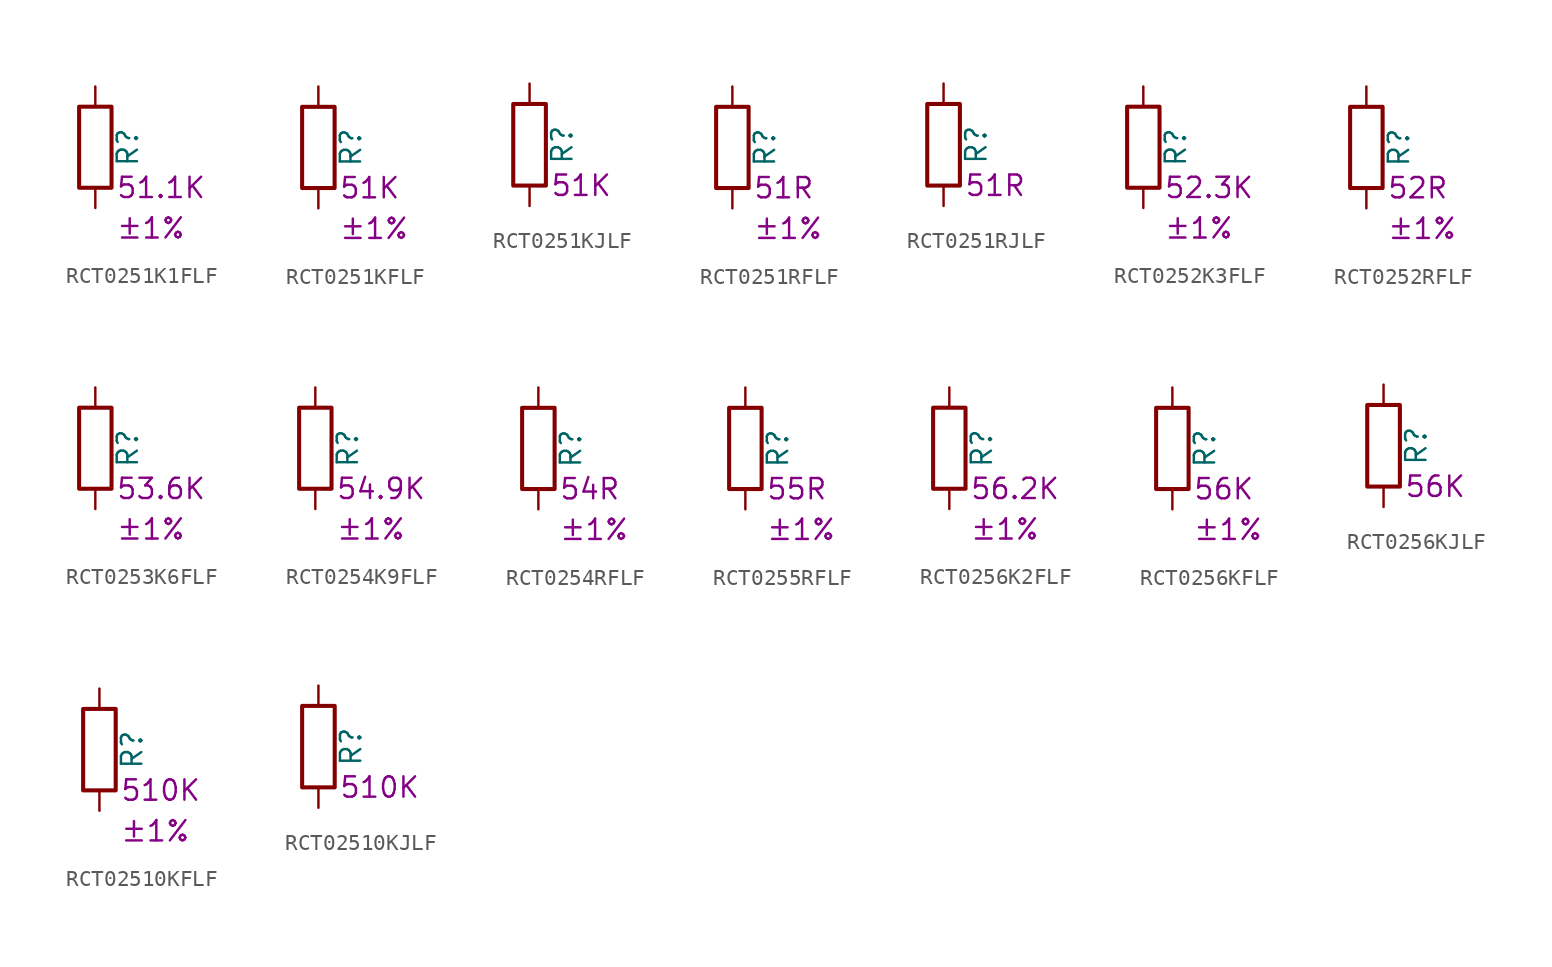
<source format=kicad_sym>
(kicad_symbol_lib
  (version 20220914)
  (generator kicad_symbol_editor)
  (symbol "RCT0251K1FLF"
    (pin_numbers hide)
    (pin_names
      (offset 0))
    (property "Reference" "R"
      (at 2.032 0 90)
      (effects (font (size 1.27 1.27))))
    (property "Resistance" "51.1K"
      (at 1.27 -2.54 0)
      (effects (font (size 1.27 1.27)) (justify left)))
    (property "Tolerance" "±1%"
      (at 1.27 -5.08 0)
      (effects (font (size 1.27 1.27)) (justify left)))
    (symbol "RCT0251K1FLF_0_1"
      (rectangle (start -1.016 -2.54) (end 1.016 2.54) (stroke (width 0.254) (type default)) (fill (type none))))
    (symbol "RCT0251K1FLF_1_1"
      (pin passive line (at 0 3.81 270) (length 1.27) (name "~" (effects (font (size 1.27 1.27)))) (number "1" (effects (font (size 1.27 1.27)))))
      (pin passive line (at 0 -3.81 90) (length 1.27) (name "~" (effects (font (size 1.27 1.27)))) (number "2" (effects (font (size 1.27 1.27)))))))
  (symbol "RCT0251KFLF"
    (pin_numbers hide)
    (pin_names
      (offset 0))
    (property "Reference" "R"
      (at 2.032 0 90)
      (effects (font (size 1.27 1.27))))
    (property "Resistance" "51K"
      (at 1.27 -2.54 0)
      (effects (font (size 1.27 1.27)) (justify left)))
    (property "Tolerance" "±1%"
      (at 1.27 -5.08 0)
      (effects (font (size 1.27 1.27)) (justify left)))
    (symbol "RCT0251KFLF_0_1"
      (rectangle (start -1.016 -2.54) (end 1.016 2.54) (stroke (width 0.254) (type default)) (fill (type none))))
    (symbol "RCT0251KFLF_1_1"
      (pin passive line (at 0 3.81 270) (length 1.27) (name "~" (effects (font (size 1.27 1.27)))) (number "1" (effects (font (size 1.27 1.27)))))
      (pin passive line (at 0 -3.81 90) (length 1.27) (name "~" (effects (font (size 1.27 1.27)))) (number "2" (effects (font (size 1.27 1.27)))))))
  (symbol "RCT0251KJLF"
    (pin_numbers hide)
    (pin_names
      (offset 0))
    (property "Reference" "R"
      (at 2.032 0 90)
      (effects (font (size 1.27 1.27))))
    (property "Resistance" "51K"
      (at 1.27 -2.54 0)
      (effects (font (size 1.27 1.27)) (justify left)))
    (symbol "RCT0251KJLF_0_1"
      (rectangle (start -1.016 -2.54) (end 1.016 2.54) (stroke (width 0.254) (type default)) (fill (type none))))
    (symbol "RCT0251KJLF_1_1"
      (pin passive line (at 0 3.81 270) (length 1.27) (name "~" (effects (font (size 1.27 1.27)))) (number "1" (effects (font (size 1.27 1.27)))))
      (pin passive line (at 0 -3.81 90) (length 1.27) (name "~" (effects (font (size 1.27 1.27)))) (number "2" (effects (font (size 1.27 1.27)))))))
  (symbol "RCT0251RFLF"
    (pin_numbers hide)
    (pin_names
      (offset 0))
    (property "Reference" "R"
      (at 2.032 0 90)
      (effects (font (size 1.27 1.27))))
    (property "Resistance" "51R"
      (at 1.27 -2.54 0)
      (effects (font (size 1.27 1.27)) (justify left)))
    (property "Tolerance" "±1%"
      (at 1.27 -5.08 0)
      (effects (font (size 1.27 1.27)) (justify left)))
    (symbol "RCT0251RFLF_0_1"
      (rectangle (start -1.016 -2.54) (end 1.016 2.54) (stroke (width 0.254) (type default)) (fill (type none))))
    (symbol "RCT0251RFLF_1_1"
      (pin passive line (at 0 3.81 270) (length 1.27) (name "~" (effects (font (size 1.27 1.27)))) (number "1" (effects (font (size 1.27 1.27)))))
      (pin passive line (at 0 -3.81 90) (length 1.27) (name "~" (effects (font (size 1.27 1.27)))) (number "2" (effects (font (size 1.27 1.27)))))))
  (symbol "RCT0251RJLF"
    (pin_numbers hide)
    (pin_names
      (offset 0))
    (property "Reference" "R"
      (at 2.032 0 90)
      (effects (font (size 1.27 1.27))))
    (property "Resistance" "51R"
      (at 1.27 -2.54 0)
      (effects (font (size 1.27 1.27)) (justify left)))
    (symbol "RCT0251RJLF_0_1"
      (rectangle (start -1.016 -2.54) (end 1.016 2.54) (stroke (width 0.254) (type default)) (fill (type none))))
    (symbol "RCT0251RJLF_1_1"
      (pin passive line (at 0 3.81 270) (length 1.27) (name "~" (effects (font (size 1.27 1.27)))) (number "1" (effects (font (size 1.27 1.27)))))
      (pin passive line (at 0 -3.81 90) (length 1.27) (name "~" (effects (font (size 1.27 1.27)))) (number "2" (effects (font (size 1.27 1.27)))))))
  (symbol "RCT0252K3FLF"
    (pin_numbers hide)
    (pin_names
      (offset 0))
    (property "Reference" "R"
      (at 2.032 0 90)
      (effects (font (size 1.27 1.27))))
    (property "Resistance" "52.3K"
      (at 1.27 -2.54 0)
      (effects (font (size 1.27 1.27)) (justify left)))
    (property "Tolerance" "±1%"
      (at 1.27 -5.08 0)
      (effects (font (size 1.27 1.27)) (justify left)))
    (symbol "RCT0252K3FLF_0_1"
      (rectangle (start -1.016 -2.54) (end 1.016 2.54) (stroke (width 0.254) (type default)) (fill (type none))))
    (symbol "RCT0252K3FLF_1_1"
      (pin passive line (at 0 3.81 270) (length 1.27) (name "~" (effects (font (size 1.27 1.27)))) (number "1" (effects (font (size 1.27 1.27)))))
      (pin passive line (at 0 -3.81 90) (length 1.27) (name "~" (effects (font (size 1.27 1.27)))) (number "2" (effects (font (size 1.27 1.27)))))))
  (symbol "RCT0252RFLF"
    (pin_numbers hide)
    (pin_names
      (offset 0))
    (property "Reference" "R"
      (at 2.032 0 90)
      (effects (font (size 1.27 1.27))))
    (property "Resistance" "52R"
      (at 1.27 -2.54 0)
      (effects (font (size 1.27 1.27)) (justify left)))
    (property "Tolerance" "±1%"
      (at 1.27 -5.08 0)
      (effects (font (size 1.27 1.27)) (justify left)))
    (symbol "RCT0252RFLF_0_1"
      (rectangle (start -1.016 -2.54) (end 1.016 2.54) (stroke (width 0.254) (type default)) (fill (type none))))
    (symbol "RCT0252RFLF_1_1"
      (pin passive line (at 0 3.81 270) (length 1.27) (name "~" (effects (font (size 1.27 1.27)))) (number "1" (effects (font (size 1.27 1.27)))))
      (pin passive line (at 0 -3.81 90) (length 1.27) (name "~" (effects (font (size 1.27 1.27)))) (number "2" (effects (font (size 1.27 1.27)))))))
  (symbol "RCT0253K6FLF"
    (pin_numbers hide)
    (pin_names
      (offset 0))
    (property "Reference" "R"
      (at 2.032 0 90)
      (effects (font (size 1.27 1.27))))
    (property "Resistance" "53.6K"
      (at 1.27 -2.54 0)
      (effects (font (size 1.27 1.27)) (justify left)))
    (property "Tolerance" "±1%"
      (at 1.27 -5.08 0)
      (effects (font (size 1.27 1.27)) (justify left)))
    (symbol "RCT0253K6FLF_0_1"
      (rectangle (start -1.016 -2.54) (end 1.016 2.54) (stroke (width 0.254) (type default)) (fill (type none))))
    (symbol "RCT0253K6FLF_1_1"
      (pin passive line (at 0 3.81 270) (length 1.27) (name "~" (effects (font (size 1.27 1.27)))) (number "1" (effects (font (size 1.27 1.27)))))
      (pin passive line (at 0 -3.81 90) (length 1.27) (name "~" (effects (font (size 1.27 1.27)))) (number "2" (effects (font (size 1.27 1.27)))))))
  (symbol "RCT0254K9FLF"
    (pin_numbers hide)
    (pin_names
      (offset 0))
    (property "Reference" "R"
      (at 2.032 0 90)
      (effects (font (size 1.27 1.27))))
    (property "Resistance" "54.9K"
      (at 1.27 -2.54 0)
      (effects (font (size 1.27 1.27)) (justify left)))
    (property "Tolerance" "±1%"
      (at 1.27 -5.08 0)
      (effects (font (size 1.27 1.27)) (justify left)))
    (symbol "RCT0254K9FLF_0_1"
      (rectangle (start -1.016 -2.54) (end 1.016 2.54) (stroke (width 0.254) (type default)) (fill (type none))))
    (symbol "RCT0254K9FLF_1_1"
      (pin passive line (at 0 3.81 270) (length 1.27) (name "~" (effects (font (size 1.27 1.27)))) (number "1" (effects (font (size 1.27 1.27)))))
      (pin passive line (at 0 -3.81 90) (length 1.27) (name "~" (effects (font (size 1.27 1.27)))) (number "2" (effects (font (size 1.27 1.27)))))))
  (symbol "RCT0254RFLF"
    (pin_numbers hide)
    (pin_names
      (offset 0))
    (property "Reference" "R"
      (at 2.032 0 90)
      (effects (font (size 1.27 1.27))))
    (property "Resistance" "54R"
      (at 1.27 -2.54 0)
      (effects (font (size 1.27 1.27)) (justify left)))
    (property "Tolerance" "±1%"
      (at 1.27 -5.08 0)
      (effects (font (size 1.27 1.27)) (justify left)))
    (symbol "RCT0254RFLF_0_1"
      (rectangle (start -1.016 -2.54) (end 1.016 2.54) (stroke (width 0.254) (type default)) (fill (type none))))
    (symbol "RCT0254RFLF_1_1"
      (pin passive line (at 0 3.81 270) (length 1.27) (name "~" (effects (font (size 1.27 1.27)))) (number "1" (effects (font (size 1.27 1.27)))))
      (pin passive line (at 0 -3.81 90) (length 1.27) (name "~" (effects (font (size 1.27 1.27)))) (number "2" (effects (font (size 1.27 1.27)))))))
  (symbol "RCT0255RFLF"
    (pin_numbers hide)
    (pin_names
      (offset 0))
    (property "Reference" "R"
      (at 2.032 0 90)
      (effects (font (size 1.27 1.27))))
    (property "Resistance" "55R"
      (at 1.27 -2.54 0)
      (effects (font (size 1.27 1.27)) (justify left)))
    (property "Tolerance" "±1%"
      (at 1.27 -5.08 0)
      (effects (font (size 1.27 1.27)) (justify left)))
    (symbol "RCT0255RFLF_0_1"
      (rectangle (start -1.016 -2.54) (end 1.016 2.54) (stroke (width 0.254) (type default)) (fill (type none))))
    (symbol "RCT0255RFLF_1_1"
      (pin passive line (at 0 3.81 270) (length 1.27) (name "~" (effects (font (size 1.27 1.27)))) (number "1" (effects (font (size 1.27 1.27)))))
      (pin passive line (at 0 -3.81 90) (length 1.27) (name "~" (effects (font (size 1.27 1.27)))) (number "2" (effects (font (size 1.27 1.27)))))))
  (symbol "RCT0256K2FLF"
    (pin_numbers hide)
    (pin_names
      (offset 0))
    (property "Reference" "R"
      (at 2.032 0 90)
      (effects (font (size 1.27 1.27))))
    (property "Resistance" "56.2K"
      (at 1.27 -2.54 0)
      (effects (font (size 1.27 1.27)) (justify left)))
    (property "Tolerance" "±1%"
      (at 1.27 -5.08 0)
      (effects (font (size 1.27 1.27)) (justify left)))
    (symbol "RCT0256K2FLF_0_1"
      (rectangle (start -1.016 -2.54) (end 1.016 2.54) (stroke (width 0.254) (type default)) (fill (type none))))
    (symbol "RCT0256K2FLF_1_1"
      (pin passive line (at 0 3.81 270) (length 1.27) (name "~" (effects (font (size 1.27 1.27)))) (number "1" (effects (font (size 1.27 1.27)))))
      (pin passive line (at 0 -3.81 90) (length 1.27) (name "~" (effects (font (size 1.27 1.27)))) (number "2" (effects (font (size 1.27 1.27)))))))
  (symbol "RCT0256KFLF"
    (pin_numbers hide)
    (pin_names
      (offset 0))
    (property "Reference" "R"
      (at 2.032 0 90)
      (effects (font (size 1.27 1.27))))
    (property "Resistance" "56K"
      (at 1.27 -2.54 0)
      (effects (font (size 1.27 1.27)) (justify left)))
    (property "Tolerance" "±1%"
      (at 1.27 -5.08 0)
      (effects (font (size 1.27 1.27)) (justify left)))
    (symbol "RCT0256KFLF_0_1"
      (rectangle (start -1.016 -2.54) (end 1.016 2.54) (stroke (width 0.254) (type default)) (fill (type none))))
    (symbol "RCT0256KFLF_1_1"
      (pin passive line (at 0 3.81 270) (length 1.27) (name "~" (effects (font (size 1.27 1.27)))) (number "1" (effects (font (size 1.27 1.27)))))
      (pin passive line (at 0 -3.81 90) (length 1.27) (name "~" (effects (font (size 1.27 1.27)))) (number "2" (effects (font (size 1.27 1.27)))))))
  (symbol "RCT0256KJLF"
    (pin_numbers hide)
    (pin_names
      (offset 0))
    (property "Reference" "R"
      (at 2.032 0 90)
      (effects (font (size 1.27 1.27))))
    (property "Resistance" "56K"
      (at 1.27 -2.54 0)
      (effects (font (size 1.27 1.27)) (justify left)))
    (symbol "RCT0256KJLF_0_1"
      (rectangle (start -1.016 -2.54) (end 1.016 2.54) (stroke (width 0.254) (type default)) (fill (type none))))
    (symbol "RCT0256KJLF_1_1"
      (pin passive line (at 0 3.81 270) (length 1.27) (name "~" (effects (font (size 1.27 1.27)))) (number "1" (effects (font (size 1.27 1.27)))))
      (pin passive line (at 0 -3.81 90) (length 1.27) (name "~" (effects (font (size 1.27 1.27)))) (number "2" (effects (font (size 1.27 1.27)))))))
  (symbol "RCT02510KFLF"
    (pin_numbers hide)
    (pin_names
      (offset 0))
    (property "Reference" "R"
      (at 2.032 0 90)
      (effects (font (size 1.27 1.27))))
    (property "Resistance" "510K"
      (at 1.27 -2.54 0)
      (effects (font (size 1.27 1.27)) (justify left)))
    (property "Tolerance" "±1%"
      (at 1.27 -5.08 0)
      (effects (font (size 1.27 1.27)) (justify left)))
    (symbol "RCT02510KFLF_0_1"
      (rectangle (start -1.016 -2.54) (end 1.016 2.54) (stroke (width 0.254) (type default)) (fill (type none))))
    (symbol "RCT02510KFLF_1_1"
      (pin passive line (at 0 3.81 270) (length 1.27) (name "~" (effects (font (size 1.27 1.27)))) (number "1" (effects (font (size 1.27 1.27)))))
      (pin passive line (at 0 -3.81 90) (length 1.27) (name "~" (effects (font (size 1.27 1.27)))) (number "2" (effects (font (size 1.27 1.27)))))))
  (symbol "RCT02510KJLF"
    (pin_numbers hide)
    (pin_names
      (offset 0))
    (property "Reference" "R"
      (at 2.032 0 90)
      (effects (font (size 1.27 1.27))))
    (property "Resistance" "510K"
      (at 1.27 -2.54 0)
      (effects (font (size 1.27 1.27)) (justify left)))
    (symbol "RCT02510KJLF_0_1"
      (rectangle (start -1.016 -2.54) (end 1.016 2.54) (stroke (width 0.254) (type default)) (fill (type none))))
    (symbol "RCT02510KJLF_1_1"
      (pin passive line (at 0 3.81 270) (length 1.27) (name "~" (effects (font (size 1.27 1.27)))) (number "1" (effects (font (size 1.27 1.27)))))
      (pin passive line (at 0 -3.81 90) (length 1.27) (name "~" (effects (font (size 1.27 1.27)))) (number "2" (effects (font (size 1.27 1.27))))))))
</source>
